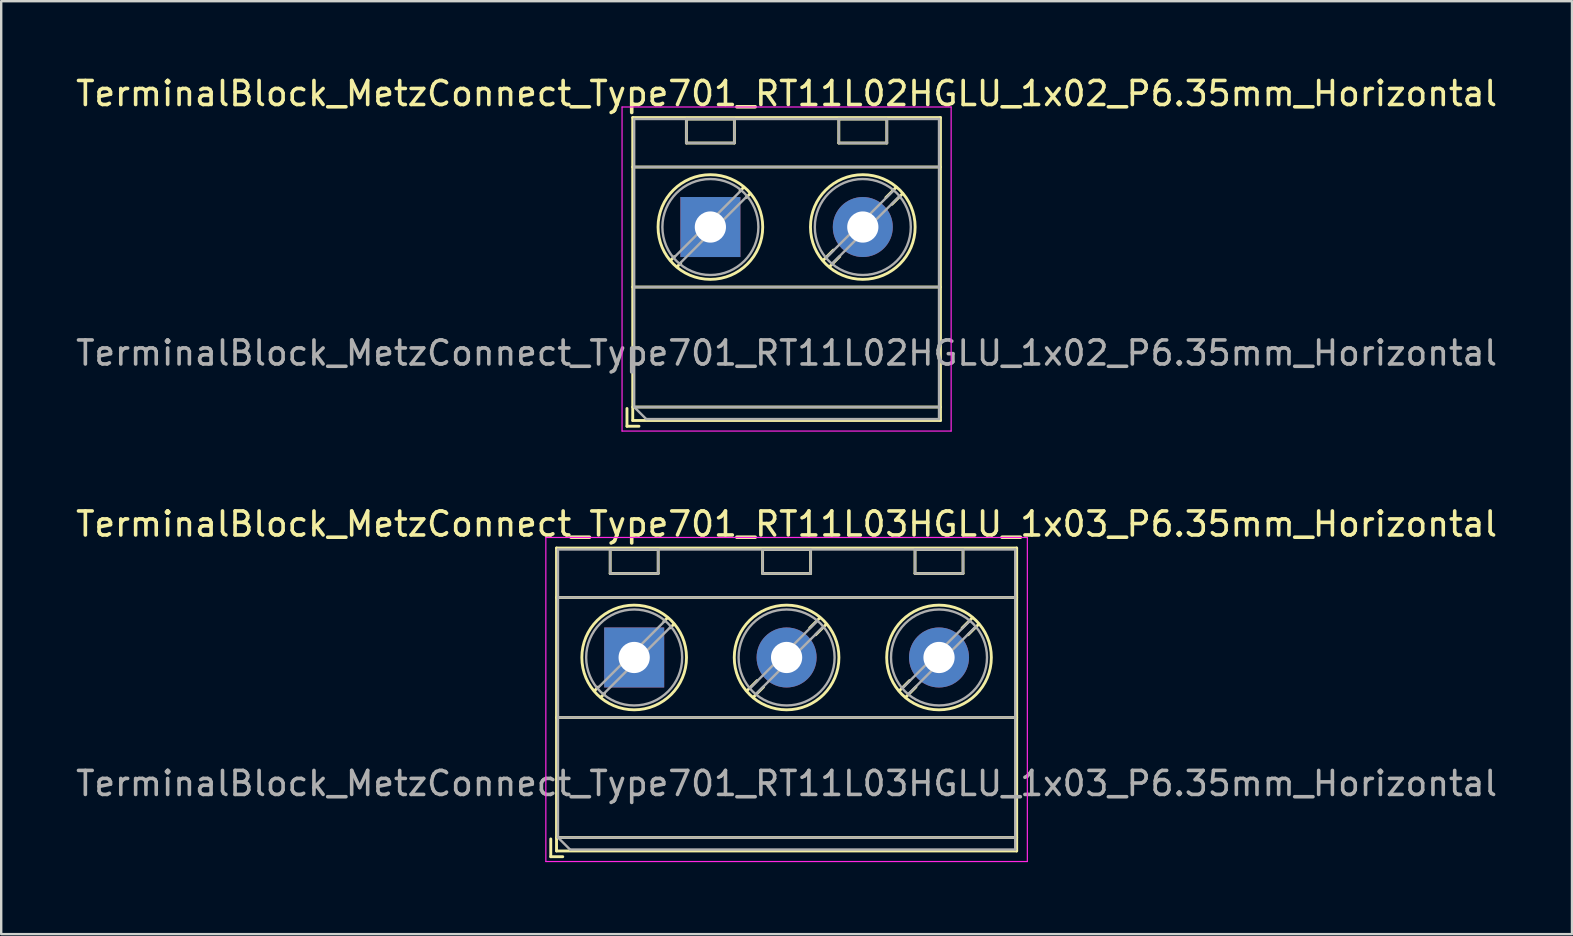
<source format=kicad_pcb>
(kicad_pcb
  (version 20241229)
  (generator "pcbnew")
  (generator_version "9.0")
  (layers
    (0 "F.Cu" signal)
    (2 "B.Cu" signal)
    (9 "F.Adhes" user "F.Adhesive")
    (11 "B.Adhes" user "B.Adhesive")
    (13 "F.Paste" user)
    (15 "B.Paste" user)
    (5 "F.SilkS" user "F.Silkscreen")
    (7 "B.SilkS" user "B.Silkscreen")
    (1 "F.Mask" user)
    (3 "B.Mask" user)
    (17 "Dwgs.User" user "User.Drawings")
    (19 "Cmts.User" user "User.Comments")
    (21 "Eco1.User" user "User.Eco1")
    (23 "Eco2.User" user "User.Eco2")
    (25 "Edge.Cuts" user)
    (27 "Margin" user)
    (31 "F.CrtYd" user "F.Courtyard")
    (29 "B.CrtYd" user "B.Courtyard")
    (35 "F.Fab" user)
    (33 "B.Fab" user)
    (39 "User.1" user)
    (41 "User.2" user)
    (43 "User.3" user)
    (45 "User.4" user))
  (footprint "TerminalBlock_MetzConnect_Type701_RT11L02HGLU_1x02_P6.35mm_Horizontal"
    (layer "F.Cu")
    (at 26.545 6.408)
    (property "Reference" "TerminalBlock_MetzConnect_Type701_RT11L02HGLU_1x02_P6.35mm_Horizontal" (at 3.175 -5.56 0) (layer "F.SilkS") (effects (font (size 1 1) (thickness 0.15))))
    (attr through_hole)
    (fp_line (start -3.475 7.56) (end -3.475 8.3) (stroke (width 0.12) (type solid)) (layer "F.SilkS"))
    (fp_line (start -3.475 8.3) (end -2.975 8.3) (stroke (width 0.12) (type solid)) (layer "F.SilkS"))
    (fp_line (start -3.235 -4.56) (end -3.235 8.06) (stroke (width 0.12) (type solid)) (layer "F.SilkS"))
    (fp_line (start -3.235 -4.56) (end 9.585 -4.56) (stroke (width 0.12) (type solid)) (layer "F.SilkS"))
    (fp_line (start -3.235 -2.5) (end 9.585 -2.5) (stroke (width 0.12) (type solid)) (layer "F.SilkS"))
    (fp_line (start -3.235 2.5) (end 9.585 2.5) (stroke (width 0.12) (type solid)) (layer "F.SilkS"))
    (fp_line (start -3.235 7.5) (end 9.585 7.5) (stroke (width 0.12) (type solid)) (layer "F.SilkS"))
    (fp_line (start -3.235 8.06) (end 9.585 8.06) (stroke (width 0.12) (type solid)) (layer "F.SilkS"))
    (fp_line (start -1.502 1.235) (end -1.654 1.388) (stroke (width 0.12) (type solid)) (layer "F.SilkS"))
    (fp_line (start -1.236 1.502) (end -1.388 1.654) (stroke (width 0.12) (type solid)) (layer "F.SilkS"))
    (fp_line (start -1 -4.5) (end -1 -3.5) (stroke (width 0.12) (type solid)) (layer "F.SilkS"))
    (fp_line (start -1 -4.5) (end 1 -4.5) (stroke (width 0.12) (type solid)) (layer "F.SilkS"))
    (fp_line (start -1 -3.5) (end 1 -3.5) (stroke (width 0.12) (type solid)) (layer "F.SilkS"))
    (fp_line (start 1 -4.5) (end 1 -3.5) (stroke (width 0.12) (type solid)) (layer "F.SilkS"))
    (fp_line (start 1.388 -1.654) (end 1.236 -1.502) (stroke (width 0.12) (type solid)) (layer "F.SilkS"))
    (fp_line (start 1.654 -1.388) (end 1.502 -1.236) (stroke (width 0.12) (type solid)) (layer "F.SilkS"))
    (fp_line (start 5.123 0.962) (end 4.697 1.388) (stroke (width 0.12) (type solid)) (layer "F.SilkS"))
    (fp_line (start 5.35 -4.5) (end 5.35 -3.5) (stroke (width 0.12) (type solid)) (layer "F.SilkS"))
    (fp_line (start 5.35 -4.5) (end 7.35 -4.5) (stroke (width 0.12) (type solid)) (layer "F.SilkS"))
    (fp_line (start 5.35 -3.5) (end 7.35 -3.5) (stroke (width 0.12) (type solid)) (layer "F.SilkS"))
    (fp_line (start 5.389 1.228) (end 4.963 1.654) (stroke (width 0.12) (type solid)) (layer "F.SilkS"))
    (fp_line (start 7.35 -4.5) (end 7.35 -3.5) (stroke (width 0.12) (type solid)) (layer "F.SilkS"))
    (fp_line (start 7.738 -1.654) (end 7.312 -1.228) (stroke (width 0.12) (type solid)) (layer "F.SilkS"))
    (fp_line (start 8.004 -1.388) (end 7.563 -0.947) (stroke (width 0.12) (type solid)) (layer "F.SilkS"))
    (fp_line (start 9.585 -4.56) (end 9.585 8.06) (stroke (width 0.12) (type solid)) (layer "F.SilkS"))
    (fp_circle (center 0 0) (end 2.18 0) (stroke (width 0.12) (type solid)) (fill no) (layer "F.SilkS"))
    (fp_circle (center 6.35 0) (end 8.53 0) (stroke (width 0.12) (type solid)) (fill no) (layer "F.SilkS"))
    (fp_line (start -3.68 -5) (end -3.68 8.5) (stroke (width 0.05) (type solid)) (layer "F.CrtYd"))
    (fp_line (start -3.68 8.5) (end 10.03 8.5) (stroke (width 0.05) (type solid)) (layer "F.CrtYd"))
    (fp_line (start 10.03 -5) (end -3.68 -5) (stroke (width 0.05) (type solid)) (layer "F.CrtYd"))
    (fp_line (start 10.03 8.5) (end 10.03 -5) (stroke (width 0.05) (type solid)) (layer "F.CrtYd"))
    (fp_line (start -3.175 -4.5) (end 9.525 -4.5) (stroke (width 0.1) (type solid)) (layer "F.Fab"))
    (fp_line (start -3.175 -2.5) (end 9.525 -2.5) (stroke (width 0.1) (type solid)) (layer "F.Fab"))
    (fp_line (start -3.175 2.5) (end 9.525 2.5) (stroke (width 0.1) (type solid)) (layer "F.Fab"))
    (fp_line (start -3.175 7.5) (end -3.175 -4.5) (stroke (width 0.1) (type solid)) (layer "F.Fab"))
    (fp_line (start -3.175 7.5) (end 9.525 7.5) (stroke (width 0.1) (type solid)) (layer "F.Fab"))
    (fp_line (start -2.675 8) (end -3.175 7.5) (stroke (width 0.1) (type solid)) (layer "F.Fab"))
    (fp_line (start -1 -4.5) (end -1 -3.5) (stroke (width 0.1) (type solid)) (layer "F.Fab"))
    (fp_line (start -1 -3.5) (end 1 -3.5) (stroke (width 0.1) (type solid)) (layer "F.Fab"))
    (fp_line (start 1 -4.5) (end -1 -4.5) (stroke (width 0.1) (type solid)) (layer "F.Fab"))
    (fp_line (start 1 -3.5) (end 1 -4.5) (stroke (width 0.1) (type solid)) (layer "F.Fab"))
    (fp_line (start 1.273 -1.517) (end -1.517 1.273) (stroke (width 0.1) (type solid)) (layer "F.Fab"))
    (fp_line (start 1.517 -1.273) (end -1.273 1.517) (stroke (width 0.1) (type solid)) (layer "F.Fab"))
    (fp_line (start 5.35 -4.5) (end 5.35 -3.5) (stroke (width 0.1) (type solid)) (layer "F.Fab"))
    (fp_line (start 5.35 -3.5) (end 7.35 -3.5) (stroke (width 0.1) (type solid)) (layer "F.Fab"))
    (fp_line (start 7.35 -4.5) (end 5.35 -4.5) (stroke (width 0.1) (type solid)) (layer "F.Fab"))
    (fp_line (start 7.35 -3.5) (end 7.35 -4.5) (stroke (width 0.1) (type solid)) (layer "F.Fab"))
    (fp_line (start 7.623 -1.517) (end 4.834 1.273) (stroke (width 0.1) (type solid)) (layer "F.Fab"))
    (fp_line (start 7.867 -1.273) (end 5.078 1.517) (stroke (width 0.1) (type solid)) (layer "F.Fab"))
    (fp_line (start 9.525 -4.5) (end 9.525 8) (stroke (width 0.1) (type solid)) (layer "F.Fab"))
    (fp_line (start 9.525 8) (end -2.675 8) (stroke (width 0.1) (type solid)) (layer "F.Fab"))
    (fp_circle (center 0 0) (end 2 0) (stroke (width 0.1) (type solid)) (fill no) (layer "F.Fab"))
    (fp_circle (center 6.35 0) (end 8.35 0) (stroke (width 0.1) (type solid)) (fill no) (layer "F.Fab"))
    (fp_text user "${REFERENCE}" (at 3.175 5.25 0) (layer "F.Fab") (effects (font (size 1 1) (thickness 0.15))))
    (pad "1" thru_hole rect (at 0 0) (size 2.5 2.5) (drill 1.3) (layers "*.Cu" "*.Mask"))
    (pad "2" thru_hole circle (at 6.35 0) (size 2.5 2.5) (drill 1.3) (layers "*.Cu" "*.Mask")))
  (footprint "TerminalBlock_MetzConnect_Type701_RT11L03HGLU_1x03_P6.35mm_Horizontal"
    (layer "F.Cu")
    (at 23.37 24.341)
    (property "Reference" "TerminalBlock_MetzConnect_Type701_RT11L03HGLU_1x03_P6.35mm_Horizontal" (at 6.35 -5.56 0) (layer "F.SilkS") (effects (font (size 1 1) (thickness 0.15))))
    (attr through_hole)
    (fp_line (start -3.475 7.56) (end -3.475 8.3) (stroke (width 0.12) (type solid)) (layer "F.SilkS"))
    (fp_line (start -3.475 8.3) (end -2.975 8.3) (stroke (width 0.12) (type solid)) (layer "F.SilkS"))
    (fp_line (start -3.235 -4.56) (end -3.235 8.06) (stroke (width 0.12) (type solid)) (layer "F.SilkS"))
    (fp_line (start -3.235 -4.56) (end 15.935 -4.56) (stroke (width 0.12) (type solid)) (layer "F.SilkS"))
    (fp_line (start -3.235 -2.5) (end 15.935 -2.5) (stroke (width 0.12) (type solid)) (layer "F.SilkS"))
    (fp_line (start -3.235 2.5) (end 15.935 2.5) (stroke (width 0.12) (type solid)) (layer "F.SilkS"))
    (fp_line (start -3.235 7.5) (end 15.935 7.5) (stroke (width 0.12) (type solid)) (layer "F.SilkS"))
    (fp_line (start -3.235 8.06) (end 15.935 8.06) (stroke (width 0.12) (type solid)) (layer "F.SilkS"))
    (fp_line (start -1.502 1.235) (end -1.654 1.388) (stroke (width 0.12) (type solid)) (layer "F.SilkS"))
    (fp_line (start -1.236 1.502) (end -1.388 1.654) (stroke (width 0.12) (type solid)) (layer "F.SilkS"))
    (fp_line (start -1 -4.5) (end -1 -3.5) (stroke (width 0.12) (type solid)) (layer "F.SilkS"))
    (fp_line (start -1 -4.5) (end 1 -4.5) (stroke (width 0.12) (type solid)) (layer "F.SilkS"))
    (fp_line (start -1 -3.5) (end 1 -3.5) (stroke (width 0.12) (type solid)) (layer "F.SilkS"))
    (fp_line (start 1 -4.5) (end 1 -3.5) (stroke (width 0.12) (type solid)) (layer "F.SilkS"))
    (fp_line (start 1.388 -1.654) (end 1.236 -1.502) (stroke (width 0.12) (type solid)) (layer "F.SilkS"))
    (fp_line (start 1.654 -1.388) (end 1.502 -1.236) (stroke (width 0.12) (type solid)) (layer "F.SilkS"))
    (fp_line (start 5.123 0.962) (end 4.697 1.388) (stroke (width 0.12) (type solid)) (layer "F.SilkS"))
    (fp_line (start 5.35 -4.5) (end 5.35 -3.5) (stroke (width 0.12) (type solid)) (layer "F.SilkS"))
    (fp_line (start 5.35 -4.5) (end 7.35 -4.5) (stroke (width 0.12) (type solid)) (layer "F.SilkS"))
    (fp_line (start 5.35 -3.5) (end 7.35 -3.5) (stroke (width 0.12) (type solid)) (layer "F.SilkS"))
    (fp_line (start 5.389 1.228) (end 4.963 1.654) (stroke (width 0.12) (type solid)) (layer "F.SilkS"))
    (fp_line (start 7.35 -4.5) (end 7.35 -3.5) (stroke (width 0.12) (type solid)) (layer "F.SilkS"))
    (fp_line (start 7.738 -1.654) (end 7.312 -1.228) (stroke (width 0.12) (type solid)) (layer "F.SilkS"))
    (fp_line (start 8.004 -1.388) (end 7.563 -0.947) (stroke (width 0.12) (type solid)) (layer "F.SilkS"))
    (fp_line (start 11.473 0.962) (end 11.047 1.388) (stroke (width 0.12) (type solid)) (layer "F.SilkS"))
    (fp_line (start 11.7 -4.5) (end 11.7 -3.5) (stroke (width 0.12) (type solid)) (layer "F.SilkS"))
    (fp_line (start 11.7 -4.5) (end 13.7 -4.5) (stroke (width 0.12) (type solid)) (layer "F.SilkS"))
    (fp_line (start 11.7 -3.5) (end 13.7 -3.5) (stroke (width 0.12) (type solid)) (layer "F.SilkS"))
    (fp_line (start 11.739 1.228) (end 11.313 1.654) (stroke (width 0.12) (type solid)) (layer "F.SilkS"))
    (fp_line (start 13.7 -4.5) (end 13.7 -3.5) (stroke (width 0.12) (type solid)) (layer "F.SilkS"))
    (fp_line (start 14.088 -1.654) (end 13.662 -1.228) (stroke (width 0.12) (type solid)) (layer "F.SilkS"))
    (fp_line (start 14.354 -1.388) (end 13.913 -0.947) (stroke (width 0.12) (type solid)) (layer "F.SilkS"))
    (fp_line (start 15.935 -4.56) (end 15.935 8.06) (stroke (width 0.12) (type solid)) (layer "F.SilkS"))
    (fp_circle (center 0 0) (end 2.18 0) (stroke (width 0.12) (type solid)) (fill no) (layer "F.SilkS"))
    (fp_circle (center 6.35 0) (end 8.53 0) (stroke (width 0.12) (type solid)) (fill no) (layer "F.SilkS"))
    (fp_circle (center 12.7 0) (end 14.88 0) (stroke (width 0.12) (type solid)) (fill no) (layer "F.SilkS"))
    (fp_line (start -3.68 -5) (end -3.68 8.5) (stroke (width 0.05) (type solid)) (layer "F.CrtYd"))
    (fp_line (start -3.68 8.5) (end 16.38 8.5) (stroke (width 0.05) (type solid)) (layer "F.CrtYd"))
    (fp_line (start 16.38 -5) (end -3.68 -5) (stroke (width 0.05) (type solid)) (layer "F.CrtYd"))
    (fp_line (start 16.38 8.5) (end 16.38 -5) (stroke (width 0.05) (type solid)) (layer "F.CrtYd"))
    (fp_line (start -3.175 -4.5) (end 15.875 -4.5) (stroke (width 0.1) (type solid)) (layer "F.Fab"))
    (fp_line (start -3.175 -2.5) (end 15.875 -2.5) (stroke (width 0.1) (type solid)) (layer "F.Fab"))
    (fp_line (start -3.175 2.5) (end 15.875 2.5) (stroke (width 0.1) (type solid)) (layer "F.Fab"))
    (fp_line (start -3.175 7.5) (end -3.175 -4.5) (stroke (width 0.1) (type solid)) (layer "F.Fab"))
    (fp_line (start -3.175 7.5) (end 15.875 7.5) (stroke (width 0.1) (type solid)) (layer "F.Fab"))
    (fp_line (start -2.675 8) (end -3.175 7.5) (stroke (width 0.1) (type solid)) (layer "F.Fab"))
    (fp_line (start -1 -4.5) (end -1 -3.5) (stroke (width 0.1) (type solid)) (layer "F.Fab"))
    (fp_line (start -1 -3.5) (end 1 -3.5) (stroke (width 0.1) (type solid)) (layer "F.Fab"))
    (fp_line (start 1 -4.5) (end -1 -4.5) (stroke (width 0.1) (type solid)) (layer "F.Fab"))
    (fp_line (start 1 -3.5) (end 1 -4.5) (stroke (width 0.1) (type solid)) (layer "F.Fab"))
    (fp_line (start 1.273 -1.517) (end -1.517 1.273) (stroke (width 0.1) (type solid)) (layer "F.Fab"))
    (fp_line (start 1.517 -1.273) (end -1.273 1.517) (stroke (width 0.1) (type solid)) (layer "F.Fab"))
    (fp_line (start 5.35 -4.5) (end 5.35 -3.5) (stroke (width 0.1) (type solid)) (layer "F.Fab"))
    (fp_line (start 5.35 -3.5) (end 7.35 -3.5) (stroke (width 0.1) (type solid)) (layer "F.Fab"))
    (fp_line (start 7.35 -4.5) (end 5.35 -4.5) (stroke (width 0.1) (type solid)) (layer "F.Fab"))
    (fp_line (start 7.35 -3.5) (end 7.35 -4.5) (stroke (width 0.1) (type solid)) (layer "F.Fab"))
    (fp_line (start 7.623 -1.517) (end 4.834 1.273) (stroke (width 0.1) (type solid)) (layer "F.Fab"))
    (fp_line (start 7.867 -1.273) (end 5.078 1.517) (stroke (width 0.1) (type solid)) (layer "F.Fab"))
    (fp_line (start 11.7 -4.5) (end 11.7 -3.5) (stroke (width 0.1) (type solid)) (layer "F.Fab"))
    (fp_line (start 11.7 -3.5) (end 13.7 -3.5) (stroke (width 0.1) (type solid)) (layer "F.Fab"))
    (fp_line (start 13.7 -4.5) (end 11.7 -4.5) (stroke (width 0.1) (type solid)) (layer "F.Fab"))
    (fp_line (start 13.7 -3.5) (end 13.7 -4.5) (stroke (width 0.1) (type solid)) (layer "F.Fab"))
    (fp_line (start 13.973 -1.517) (end 11.184 1.273) (stroke (width 0.1) (type solid)) (layer "F.Fab"))
    (fp_line (start 14.217 -1.273) (end 11.428 1.517) (stroke (width 0.1) (type solid)) (layer "F.Fab"))
    (fp_line (start 15.875 -4.5) (end 15.875 8) (stroke (width 0.1) (type solid)) (layer "F.Fab"))
    (fp_line (start 15.875 8) (end -2.675 8) (stroke (width 0.1) (type solid)) (layer "F.Fab"))
    (fp_circle (center 0 0) (end 2 0) (stroke (width 0.1) (type solid)) (fill no) (layer "F.Fab"))
    (fp_circle (center 6.35 0) (end 8.35 0) (stroke (width 0.1) (type solid)) (fill no) (layer "F.Fab"))
    (fp_circle (center 12.7 0) (end 14.7 0) (stroke (width 0.1) (type solid)) (fill no) (layer "F.Fab"))
    (fp_text user "${REFERENCE}" (at 6.35 5.25 0) (layer "F.Fab") (effects (font (size 1 1) (thickness 0.15))))
    (pad "1" thru_hole rect (at 0 0) (size 2.5 2.5) (drill 1.3) (layers "*.Cu" "*.Mask"))
    (pad "2" thru_hole circle (at 6.35 0) (size 2.5 2.5) (drill 1.3) (layers "*.Cu" "*.Mask"))
    (pad "3" thru_hole circle (at 12.7 0) (size 2.5 2.5) (drill 1.3) (layers "*.Cu" "*.Mask")))
  (gr_rect
    (start -3 -3)
    (end 62.44 35.867)
    (stroke (width 0.1) (type default))
    (fill no)
    (layer "Edge.Cuts")))
</source>
